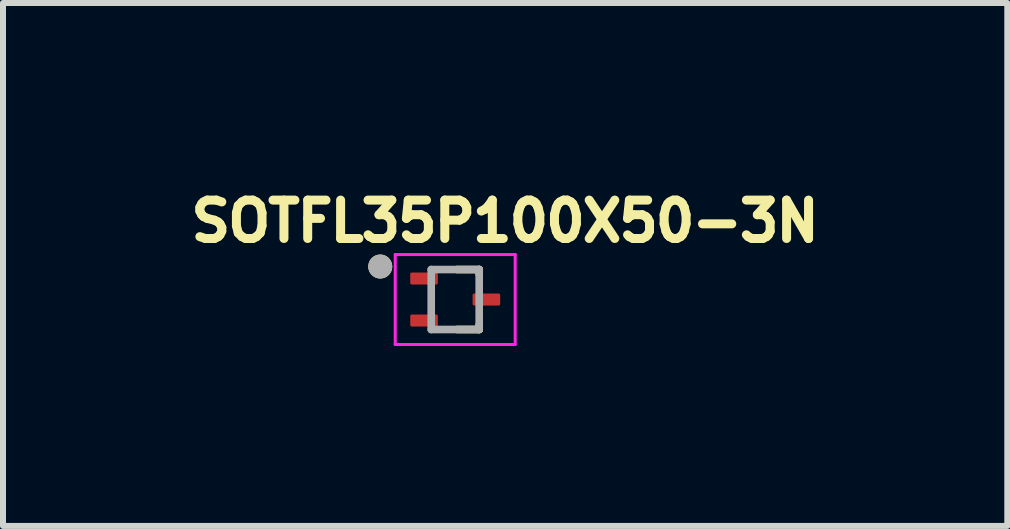
<source format=kicad_pcb>
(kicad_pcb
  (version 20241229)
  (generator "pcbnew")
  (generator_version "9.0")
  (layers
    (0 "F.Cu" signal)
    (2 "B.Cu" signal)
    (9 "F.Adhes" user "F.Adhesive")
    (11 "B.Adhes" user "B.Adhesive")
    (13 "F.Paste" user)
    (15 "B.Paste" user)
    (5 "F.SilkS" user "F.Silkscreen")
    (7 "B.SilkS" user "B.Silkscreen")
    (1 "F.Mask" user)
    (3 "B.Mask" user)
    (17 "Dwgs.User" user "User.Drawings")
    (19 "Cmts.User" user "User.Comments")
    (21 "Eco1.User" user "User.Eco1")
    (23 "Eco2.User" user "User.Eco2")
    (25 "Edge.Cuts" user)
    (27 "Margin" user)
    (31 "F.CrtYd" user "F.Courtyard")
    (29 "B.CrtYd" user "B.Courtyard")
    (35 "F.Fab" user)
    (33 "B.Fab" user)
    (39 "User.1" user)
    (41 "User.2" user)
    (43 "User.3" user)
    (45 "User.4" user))
  (footprint "SOTFL35P100X50-3N"
    (layer "F.Cu")
    (at 4.54 1.944)
    (property "Reference" "SOTFL35P100X50-3N" (at 0.832 -1.306 0) (layer "F.SilkS") (effects (font (size 0.64 0.64) (thickness 0.15))))
    (attr smd)
    (fp_line (start 0.03 -0.5) (end 0.4 -0.5) (stroke (width 0.127) (type solid)) (layer "F.SilkS"))
    (fp_line (start 0.03 0.5) (end 0.4 0.5) (stroke (width 0.127) (type solid)) (layer "F.SilkS"))
    (fp_line (start 0.4 -0.42) (end 0.4 -0.5) (stroke (width 0.127) (type solid)) (layer "F.SilkS"))
    (fp_line (start 0.4 0.42) (end 0.4 0.5) (stroke (width 0.127) (type solid)) (layer "F.SilkS"))
    (fp_circle (center -1.25 -0.55) (end -1.15 -0.55) (stroke (width 0.2) (type solid)) (fill no) (layer "F.SilkS"))
    (fp_line (start -1 -0.75) (end 1 -0.75) (stroke (width 0.05) (type solid)) (layer "F.CrtYd"))
    (fp_line (start -1 0.75) (end -1 -0.75) (stroke (width 0.05) (type solid)) (layer "F.CrtYd"))
    (fp_line (start 1 -0.75) (end 1 0.75) (stroke (width 0.05) (type solid)) (layer "F.CrtYd"))
    (fp_line (start 1 0.75) (end -1 0.75) (stroke (width 0.05) (type solid)) (layer "F.CrtYd"))
    (fp_line (start -0.4 -0.5) (end 0.4 -0.5) (stroke (width 0.127) (type solid)) (layer "F.Fab"))
    (fp_line (start -0.4 0.5) (end -0.4 -0.5) (stroke (width 0.127) (type solid)) (layer "F.Fab"))
    (fp_line (start 0.4 -0.5) (end 0.4 0.5) (stroke (width 0.127) (type solid)) (layer "F.Fab"))
    (fp_line (start 0.4 0.5) (end -0.4 0.5) (stroke (width 0.127) (type solid)) (layer "F.Fab"))
    (fp_circle (center -1.25 -0.55) (end -1.15 -0.55) (stroke (width 0.2) (type solid)) (fill no) (layer "F.Fab"))
    (pad "1" smd roundrect (at -0.52 -0.35) (size 0.46 0.2) (layers "F.Cu" "F.Mask" "F.Paste") (roundrect_rratio 0.125))
    (pad "2" smd roundrect (at -0.52 0.35) (size 0.46 0.2) (layers "F.Cu" "F.Mask" "F.Paste") (roundrect_rratio 0.125))
    (pad "3" smd roundrect (at 0.52 0 180) (size 0.46 0.2) (layers "F.Cu" "F.Mask" "F.Paste") (roundrect_rratio 0.125)))
  (gr_rect
    (start -3 -3)
    (end 13.745 5.719)
    (stroke (width 0.1) (type default))
    (fill no)
    (layer "Edge.Cuts")))
</source>
